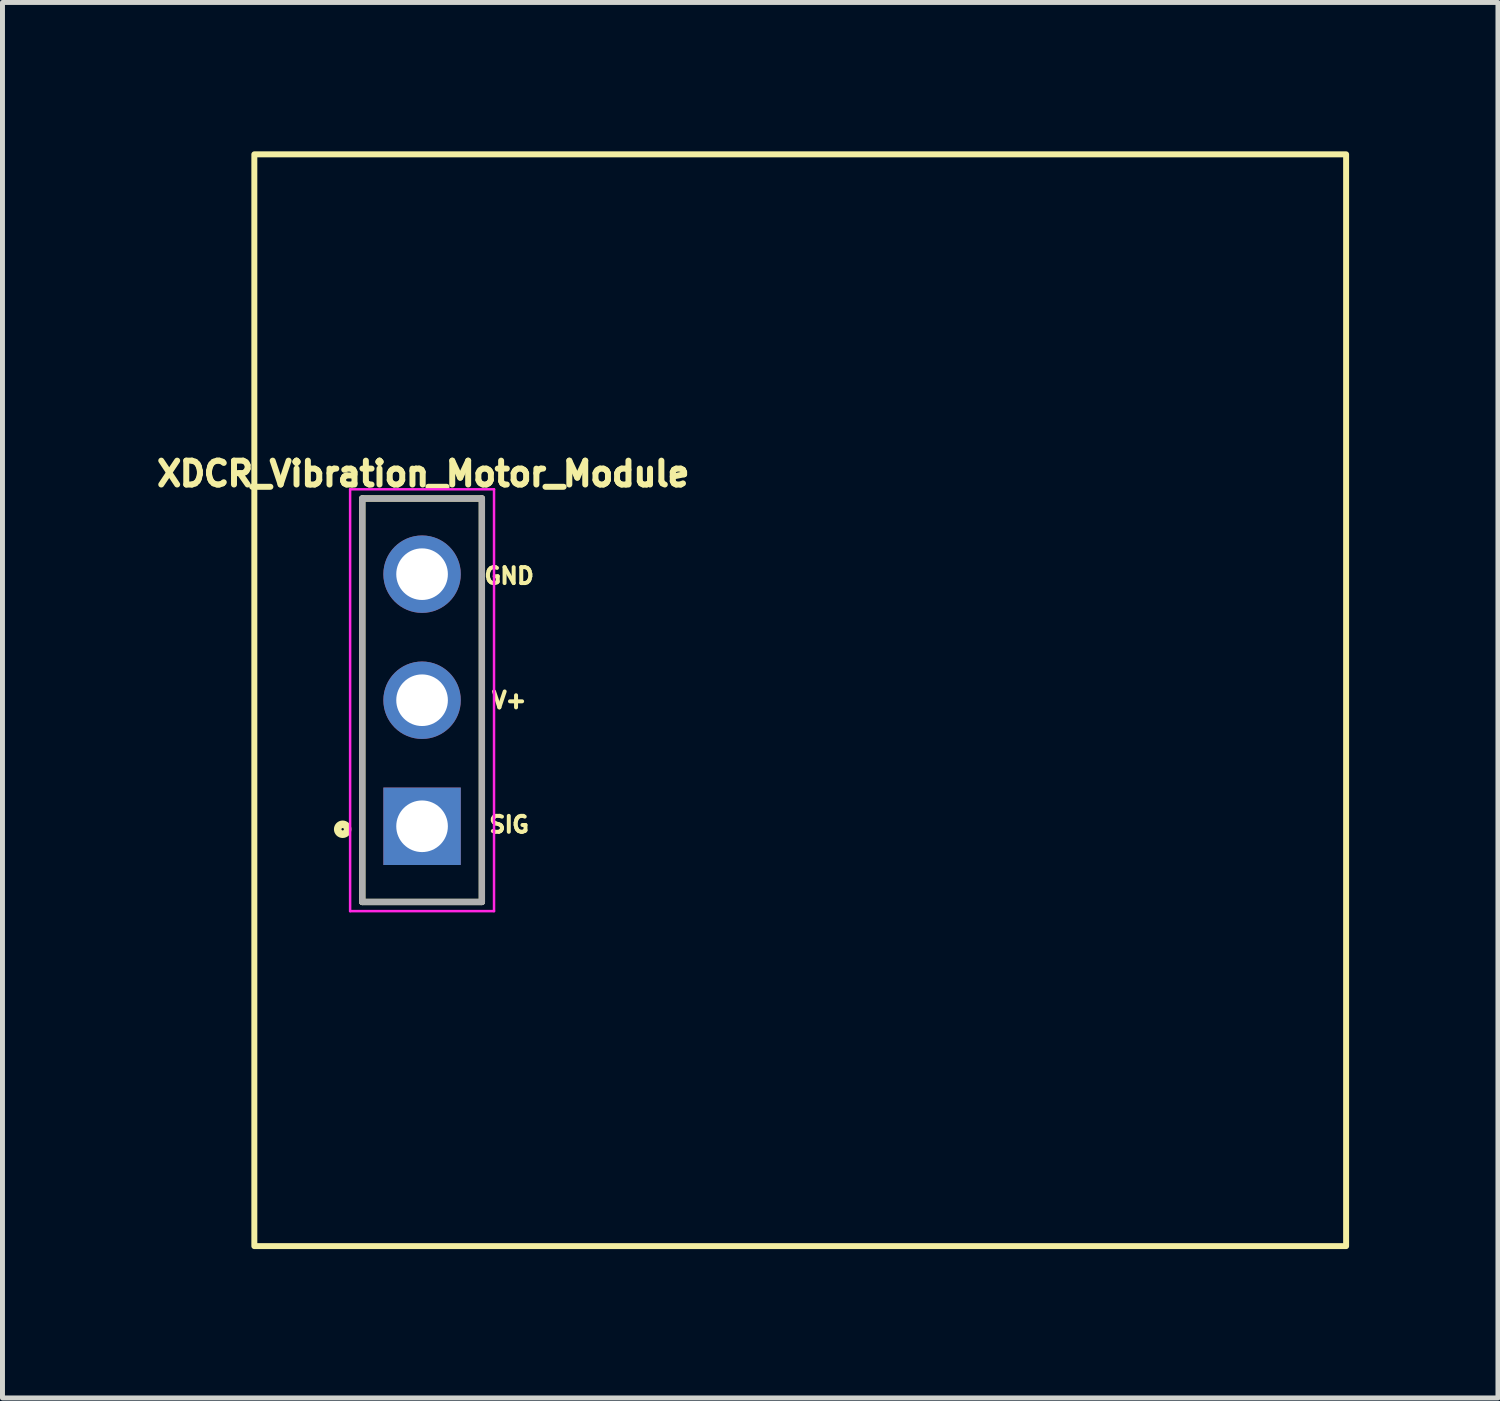
<source format=kicad_pcb>
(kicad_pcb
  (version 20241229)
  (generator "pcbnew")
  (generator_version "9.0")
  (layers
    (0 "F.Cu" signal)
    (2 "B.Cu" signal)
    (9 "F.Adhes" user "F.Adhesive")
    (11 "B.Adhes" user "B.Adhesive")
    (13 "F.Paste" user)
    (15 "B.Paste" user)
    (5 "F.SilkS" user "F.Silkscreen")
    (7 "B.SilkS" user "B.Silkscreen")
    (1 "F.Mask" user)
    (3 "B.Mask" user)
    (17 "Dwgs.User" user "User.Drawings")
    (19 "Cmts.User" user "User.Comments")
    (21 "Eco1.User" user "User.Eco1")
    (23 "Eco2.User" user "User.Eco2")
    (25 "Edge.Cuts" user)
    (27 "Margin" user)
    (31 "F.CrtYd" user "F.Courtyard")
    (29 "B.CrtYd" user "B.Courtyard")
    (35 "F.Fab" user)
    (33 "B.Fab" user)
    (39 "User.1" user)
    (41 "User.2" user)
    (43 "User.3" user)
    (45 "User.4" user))
  (footprint "XDCR_Vibration_Motor_Module"
    (layer "F.Cu")
    (at 13.075 11.06)
    (property "Reference" "XDCR_Vibration_Motor_Module" (at -7.596 -4.563 0) (layer "F.SilkS") (effects (font (size 0.481 0.481) (thickness 0.15))))
    (attr through_hole)
    (fp_line (start -8.825 -4.065) (end -6.415 -4.065) (stroke (width 0.127) (type solid)) (layer "F.SilkS"))
    (fp_line (start -8.825 4.065) (end -8.825 -4.065) (stroke (width 0.127) (type solid)) (layer "F.SilkS"))
    (fp_line (start -6.415 -4.065) (end -6.415 4.065) (stroke (width 0.127) (type solid)) (layer "F.SilkS"))
    (fp_line (start -6.415 4.065) (end -8.825 4.065) (stroke (width 0.127) (type solid)) (layer "F.SilkS"))
    (fp_rect (start -11 -11) (end 11 11) (stroke (width 0.12) (type default)) (fill no) (layer "F.SilkS"))
    (fp_circle (center -9.22 2.6) (end -9.12 2.6) (stroke (width 0.152) (type solid)) (fill no) (layer "F.SilkS"))
    (fp_line (start -9.07 -4.25) (end -6.17 -4.25) (stroke (width 0.05) (type solid)) (layer "F.CrtYd"))
    (fp_line (start -9.07 4.25) (end -9.07 -4.25) (stroke (width 0.05) (type solid)) (layer "F.CrtYd"))
    (fp_line (start -6.17 -4.25) (end -6.17 4.25) (stroke (width 0.05) (type solid)) (layer "F.CrtYd"))
    (fp_line (start -6.17 4.25) (end -9.07 4.25) (stroke (width 0.05) (type solid)) (layer "F.CrtYd"))
    (fp_line (start -8.825 -4.065) (end -6.415 -4.065) (stroke (width 0.127) (type solid)) (layer "F.Fab"))
    (fp_line (start -8.825 4.065) (end -8.825 -4.065) (stroke (width 0.127) (type solid)) (layer "F.Fab"))
    (fp_line (start -6.415 -4.065) (end -6.415 4.065) (stroke (width 0.127) (type solid)) (layer "F.Fab"))
    (fp_line (start -6.415 4.065) (end -8.825 4.065) (stroke (width 0.127) (type solid)) (layer "F.Fab"))
    (fp_text user "GND" (at -5.866 -2.505 0) (layer "F.SilkS") (effects (font (size 0.321 0.321) (thickness 0.15))))
    (fp_text user "V+" (at -5.864 0 0) (layer "F.SilkS") (effects (font (size 0.321 0.321) (thickness 0.15))))
    (fp_text user "SIG" (at -5.865 2.507 0) (layer "F.SilkS") (effects (font (size 0.321 0.321) (thickness 0.15))))
    (pad "1" thru_hole rect (at -7.62 2.54) (size 1.56 1.56) (drill 1.04) (layers "*.Cu" "*.Mask"))
    (pad "2" thru_hole circle (at -7.62 0) (size 1.56 1.56) (drill 1.04) (layers "*.Cu" "*.Mask"))
    (pad "3" thru_hole circle (at -7.62 -2.54) (size 1.56 1.56) (drill 1.04) (layers "*.Cu" "*.Mask")))
  (gr_rect
    (start -3 -3)
    (end 27.135 25.12)
    (stroke (width 0.1) (type default))
    (fill no)
    (layer "Edge.Cuts")))
</source>
